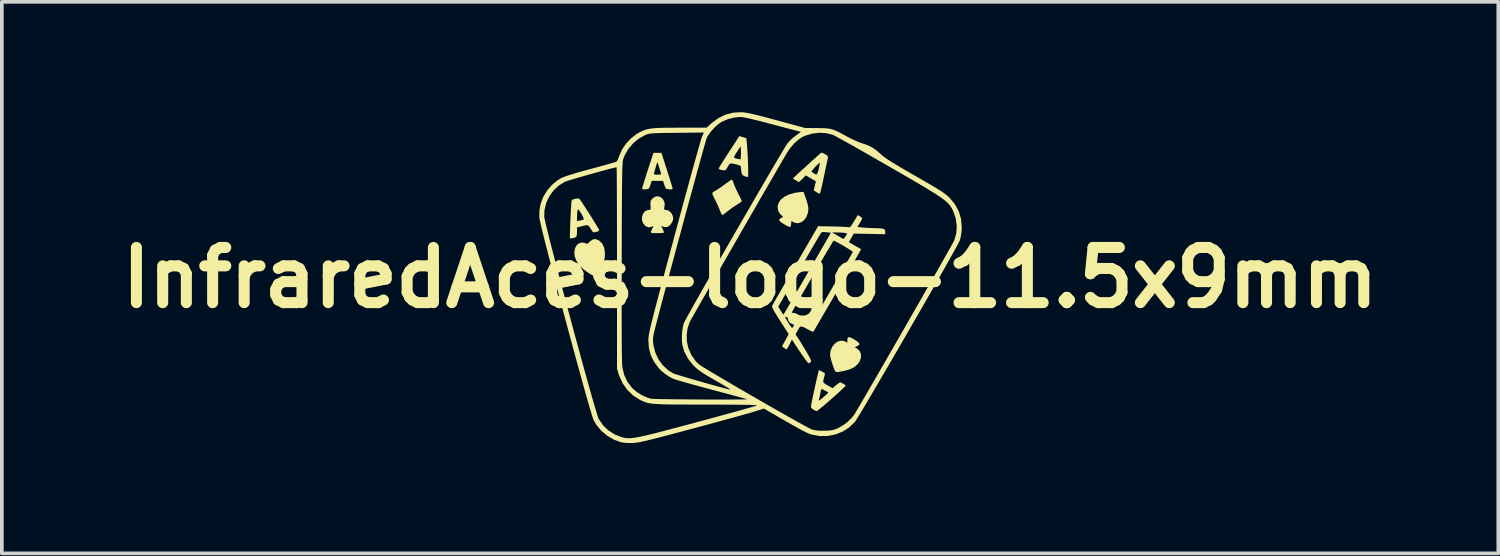
<source format=kicad_pcb>
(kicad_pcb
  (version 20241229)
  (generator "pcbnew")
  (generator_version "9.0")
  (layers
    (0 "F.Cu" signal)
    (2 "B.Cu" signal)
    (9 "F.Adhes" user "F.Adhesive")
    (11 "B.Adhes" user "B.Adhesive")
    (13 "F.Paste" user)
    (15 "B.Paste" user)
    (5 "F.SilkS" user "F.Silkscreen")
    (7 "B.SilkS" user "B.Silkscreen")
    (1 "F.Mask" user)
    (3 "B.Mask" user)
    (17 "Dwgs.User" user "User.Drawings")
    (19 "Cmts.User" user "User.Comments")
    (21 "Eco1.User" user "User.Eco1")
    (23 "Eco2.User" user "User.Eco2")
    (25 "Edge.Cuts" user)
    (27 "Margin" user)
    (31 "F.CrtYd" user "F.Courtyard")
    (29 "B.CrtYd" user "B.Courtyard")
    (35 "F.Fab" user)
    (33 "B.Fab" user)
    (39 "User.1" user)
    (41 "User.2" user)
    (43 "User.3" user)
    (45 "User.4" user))
  (footprint "InfraredAces-logo-11.5x9mm"
    (layer "F.Cu")
    (at 17.336 4.497)
    (property "Reference" "InfraredAces-logo-11.5x9mm" (at 0 0 0) (layer "F.SilkS") (effects (font (size 1.5 1.5) (thickness 0.3))))
    (attr board_only exclude_from_pos_files exclude_from_bom)
    (fp_poly (pts (xy -4.136 -1.026) (xy -4.103 -1.007) (xy -4.021 -0.932) (xy -3.969 -0.823) (xy -3.946 -0.684) (xy -3.947 -0.588) (xy -3.956 -0.497) (xy -3.973 -0.42) (xy -4.003 -0.34) (xy -4.05 -0.24) (xy -4.057 -0.228) (xy -4.102 -0.144) (xy -4.145 -0.077) (xy -4.178 -0.036) (xy -4.19 -0.027) (xy -4.224 -0.036) (xy -4.283 -0.065) (xy -4.359 -0.108) (xy -4.392 -0.13) (xy -4.521 -0.222) (xy -4.617 -0.311) (xy -4.69 -0.407) (xy -4.729 -0.476) (xy -4.768 -0.586) (xy -4.777 -0.697) (xy -4.758 -0.799) (xy -4.714 -0.883) (xy -4.654 -0.932) (xy -4.592 -0.951) (xy -4.523 -0.952) (xy -4.467 -0.937) (xy -4.446 -0.919) (xy -4.426 -0.922) (xy -4.386 -0.951) (xy -4.359 -0.977) (xy -4.285 -1.034) (xy -4.215 -1.05)) (stroke (width 0) (type solid)) (fill yes) (layer "F.SilkS"))
    (fp_poly (pts (xy 2.717 1.621) (xy 2.789 1.655) (xy 2.845 1.687) (xy 2.926 1.742) (xy 2.967 1.786) (xy 2.967 1.821) (xy 2.928 1.852) (xy 2.912 1.859) (xy 2.843 1.888) (xy 2.907 1.927) (xy 2.978 1.993) (xy 3.013 2.079) (xy 3.013 2.176) (xy 2.977 2.275) (xy 2.93 2.342) (xy 2.863 2.407) (xy 2.785 2.458) (xy 2.687 2.498) (xy 2.561 2.532) (xy 2.403 2.562) (xy 2.348 2.565) (xy 2.316 2.543) (xy 2.299 2.514) (xy 2.274 2.456) (xy 2.246 2.375) (xy 2.217 2.284) (xy 2.193 2.196) (xy 2.177 2.125) (xy 2.173 2.092) (xy 2.189 1.979) (xy 2.233 1.879) (xy 2.298 1.797) (xy 2.377 1.739) (xy 2.463 1.712) (xy 2.55 1.721) (xy 2.573 1.731) (xy 2.643 1.766) (xy 2.643 1.689) (xy 2.65 1.638) (xy 2.673 1.616)) (stroke (width 0) (type solid)) (fill yes) (layer "F.SilkS"))
    (fp_poly (pts (xy 1.495 -2.215) (xy 1.54 -2.085) (xy 1.568 -1.986) (xy 1.582 -1.907) (xy 1.582 -1.836) (xy 1.571 -1.765) (xy 1.57 -1.757) (xy 1.529 -1.648) (xy 1.466 -1.563) (xy 1.387 -1.505) (xy 1.3 -1.48) (xy 1.212 -1.493) (xy 1.184 -1.507) (xy 1.122 -1.542) (xy 1.116 -1.461) (xy 1.106 -1.407) (xy 1.09 -1.378) (xy 1.086 -1.376) (xy 1.057 -1.384) (xy 1.001 -1.41) (xy 0.931 -1.449) (xy 0.925 -1.453) (xy 0.842 -1.505) (xy 0.798 -1.545) (xy 0.79 -1.577) (xy 0.816 -1.605) (xy 0.834 -1.615) (xy 0.881 -1.641) (xy 0.89 -1.661) (xy 0.862 -1.689) (xy 0.845 -1.702) (xy 0.798 -1.755) (xy 0.762 -1.823) (xy 0.76 -1.829) (xy 0.747 -1.935) (xy 0.774 -2.034) (xy 0.838 -2.125) (xy 0.936 -2.203) (xy 1.064 -2.264) (xy 1.218 -2.307) (xy 1.324 -2.323) (xy 1.451 -2.335)) (stroke (width 0) (type solid)) (fill yes) (layer "F.SilkS"))
    (fp_poly (pts (xy -0.479 -2.646) (xy -0.458 -2.597) (xy -0.449 -2.57) (xy -0.426 -2.507) (xy -0.388 -2.42) (xy -0.342 -2.323) (xy -0.323 -2.283) (xy -0.28 -2.2) (xy -0.247 -2.132) (xy -0.227 -2.089) (xy -0.224 -2.079) (xy -0.242 -2.063) (xy -0.288 -2.029) (xy -0.354 -1.987) (xy -0.362 -1.982) (xy -0.455 -1.921) (xy -0.554 -1.85) (xy -0.619 -1.8) (xy -0.681 -1.751) (xy -0.73 -1.716) (xy -0.756 -1.702) (xy -0.756 -1.702) (xy -0.772 -1.722) (xy -0.797 -1.772) (xy -0.826 -1.842) (xy -0.867 -1.94) (xy -0.917 -2.05) (xy -0.955 -2.123) (xy -0.992 -2.197) (xy -1.019 -2.257) (xy -1.03 -2.292) (xy -1.03 -2.292) (xy -1.012 -2.32) (xy -0.967 -2.351) (xy -0.958 -2.356) (xy -0.908 -2.384) (xy -0.835 -2.432) (xy -0.75 -2.492) (xy -0.7 -2.528) (xy -0.621 -2.585) (xy -0.555 -2.631) (xy -0.51 -2.659) (xy -0.496 -2.665)) (stroke (width 0) (type solid)) (fill yes) (layer "F.SilkS"))
    (fp_poly (pts (xy -2.258 -2.923) (xy -2.214 -2.784) (xy -2.175 -2.659) (xy -2.142 -2.554) (xy -2.119 -2.476) (xy -2.107 -2.431) (xy -2.106 -2.423) (xy -2.122 -2.404) (xy -2.175 -2.4) (xy -2.199 -2.401) (xy -2.254 -2.408) (xy -2.287 -2.424) (xy -2.309 -2.463) (xy -2.33 -2.52) (xy -2.367 -2.632) (xy -2.52 -2.632) (xy -2.673 -2.632) (xy -2.71 -2.52) (xy -2.734 -2.454) (xy -2.757 -2.42) (xy -2.793 -2.406) (xy -2.841 -2.401) (xy -2.906 -2.401) (xy -2.932 -2.416) (xy -2.934 -2.423) (xy -2.927 -2.452) (xy -2.908 -2.518) (xy -2.879 -2.612) (xy -2.842 -2.729) (xy -2.815 -2.815) (xy -2.613 -2.815) (xy -2.589 -2.803) (xy -2.532 -2.8) (xy -2.521 -2.8) (xy -2.461 -2.802) (xy -2.424 -2.809) (xy -2.419 -2.813) (xy -2.425 -2.842) (xy -2.441 -2.898) (xy -2.462 -2.967) (xy -2.484 -3.038) (xy -2.504 -3.097) (xy -2.518 -3.132) (xy -2.52 -3.136) (xy -2.53 -3.116) (xy -2.547 -3.065) (xy -2.564 -3.007) (xy -2.586 -2.93) (xy -2.604 -2.867) (xy -2.612 -2.839) (xy -2.613 -2.815) (xy -2.815 -2.815) (xy -2.8 -2.863) (xy -2.78 -2.923) (xy -2.627 -3.393) (xy -2.519 -3.393) (xy -2.41 -3.393)) (stroke (width 0) (type solid)) (fill yes) (layer "F.SilkS"))
    (fp_poly (pts (xy -2.437 -2.192) (xy -2.377 -2.144) (xy -2.336 -2.076) (xy -2.319 -1.991) (xy -2.334 -1.897) (xy -2.335 -1.893) (xy -2.339 -1.859) (xy -2.311 -1.846) (xy -2.295 -1.845) (xy -2.207 -1.819) (xy -2.139 -1.756) (xy -2.104 -1.682) (xy -2.089 -1.617) (xy -2.096 -1.563) (xy -2.119 -1.509) (xy -2.178 -1.423) (xy -2.248 -1.378) (xy -2.327 -1.374) (xy -2.35 -1.381) (xy -2.418 -1.407) (xy -2.375 -1.322) (xy -2.351 -1.267) (xy -2.343 -1.23) (xy -2.345 -1.223) (xy -2.373 -1.217) (xy -2.433 -1.212) (xy -2.513 -1.21) (xy -2.52 -1.21) (xy -2.601 -1.211) (xy -2.663 -1.216) (xy -2.694 -1.223) (xy -2.694 -1.223) (xy -2.694 -1.25) (xy -2.675 -1.3) (xy -2.663 -1.326) (xy -2.636 -1.38) (xy -2.63 -1.402) (xy -2.644 -1.4) (xy -2.663 -1.39) (xy -2.741 -1.368) (xy -2.817 -1.389) (xy -2.852 -1.412) (xy -2.91 -1.481) (xy -2.938 -1.563) (xy -2.938 -1.65) (xy -2.913 -1.731) (xy -2.865 -1.796) (xy -2.797 -1.835) (xy -2.747 -1.842) (xy -2.718 -1.845) (xy -2.704 -1.862) (xy -2.702 -1.904) (xy -2.706 -1.964) (xy -2.709 -2.038) (xy -2.701 -2.087) (xy -2.675 -2.127) (xy -2.653 -2.152) (xy -2.582 -2.201) (xy -2.507 -2.213)) (stroke (width 0) (type solid)) (fill yes) (layer "F.SilkS"))
    (fp_poly (pts (xy -0.197 -3.82) (xy -0.101 -3.792) (xy -0.086 -3.634) (xy -0.077 -3.518) (xy -0.069 -3.388) (xy -0.062 -3.253) (xy -0.057 -3.12) (xy -0.053 -2.996) (xy -0.051 -2.888) (xy -0.051 -2.803) (xy -0.054 -2.75) (xy -0.059 -2.735) (xy -0.092 -2.742) (xy -0.146 -2.756) (xy -0.148 -2.757) (xy -0.2 -2.785) (xy -0.231 -2.839) (xy -0.245 -2.925) (xy -0.246 -2.981) (xy -0.253 -3.025) (xy -0.28 -3.05) (xy -0.332 -3.067) (xy -0.429 -3.093) (xy -0.494 -3.105) (xy -0.535 -3.103) (xy -0.563 -3.084) (xy -0.588 -3.048) (xy -0.601 -3.026) (xy -0.636 -2.969) (xy -0.664 -2.93) (xy -0.673 -2.923) (xy -0.709 -2.917) (xy -0.762 -2.923) (xy -0.814 -2.937) (xy -0.847 -2.954) (xy -0.851 -2.962) (xy -0.846 -2.978) (xy -0.831 -3.009) (xy -0.802 -3.058) (xy -0.758 -3.129) (xy -0.697 -3.226) (xy -0.669 -3.269) (xy -0.434 -3.269) (xy -0.418 -3.251) (xy -0.378 -3.239) (xy -0.354 -3.234) (xy -0.258 -3.214) (xy -0.251 -3.298) (xy -0.248 -3.378) (xy -0.25 -3.466) (xy -0.251 -3.477) (xy -0.258 -3.573) (xy -0.344 -3.44) (xy -0.398 -3.356) (xy -0.428 -3.302) (xy -0.434 -3.269) (xy -0.669 -3.269) (xy -0.616 -3.351) (xy -0.514 -3.509) (xy -0.455 -3.598) (xy -0.293 -3.848)) (stroke (width 0) (type solid)) (fill yes) (layer "F.SilkS"))
    (fp_poly (pts (xy 1.994 -3.381) (xy 2.036 -3.358) (xy 2.094 -3.32) (xy 2.117 -3.288) (xy 2.116 -3.261) (xy 2.108 -3.225) (xy 2.093 -3.153) (xy 2.071 -3.052) (xy 2.045 -2.931) (xy 2.017 -2.797) (xy 2.015 -2.789) (xy 1.981 -2.627) (xy 1.954 -2.505) (xy 1.934 -2.415) (xy 1.919 -2.354) (xy 1.908 -2.316) (xy 1.9 -2.295) (xy 1.892 -2.286) (xy 1.886 -2.285) (xy 1.858 -2.295) (xy 1.81 -2.322) (xy 1.8 -2.328) (xy 1.73 -2.371) (xy 1.759 -2.496) (xy 1.788 -2.621) (xy 1.652 -2.7) (xy 1.516 -2.78) (xy 1.422 -2.688) (xy 1.328 -2.596) (xy 1.247 -2.644) (xy 1.196 -2.675) (xy 1.167 -2.696) (xy 1.165 -2.7) (xy 1.18 -2.716) (xy 1.224 -2.756) (xy 1.29 -2.817) (xy 1.355 -2.877) (xy 1.669 -2.877) (xy 1.671 -2.875) (xy 1.708 -2.854) (xy 1.738 -2.833) (xy 1.779 -2.808) (xy 1.808 -2.809) (xy 1.832 -2.842) (xy 1.854 -2.911) (xy 1.866 -2.96) (xy 1.884 -3.038) (xy 1.895 -3.098) (xy 1.898 -3.126) (xy 1.897 -3.127) (xy 1.88 -3.116) (xy 1.839 -3.079) (xy 1.783 -3.025) (xy 1.768 -3.009) (xy 1.714 -2.95) (xy 1.679 -2.903) (xy 1.669 -2.877) (xy 1.355 -2.877) (xy 1.373 -2.893) (xy 1.467 -2.979) (xy 1.567 -3.07) (xy 1.667 -3.161) (xy 1.763 -3.247) (xy 1.847 -3.323) (xy 1.897 -3.366) (xy 1.928 -3.391) (xy 1.955 -3.397)) (stroke (width 0) (type solid)) (fill yes) (layer "F.SilkS"))
    (fp_poly (pts (xy -4.656 -2.15) (xy -4.638 -2.14) (xy -4.609 -2.101) (xy -4.563 -2.034) (xy -4.505 -1.947) (xy -4.439 -1.844) (xy -4.368 -1.734) (xy -4.298 -1.623) (xy -4.233 -1.518) (xy -4.176 -1.426) (xy -4.132 -1.352) (xy -4.105 -1.304) (xy -4.099 -1.29) (xy -4.119 -1.267) (xy -4.167 -1.247) (xy -4.228 -1.234) (xy -4.258 -1.232) (xy -4.278 -1.25) (xy -4.312 -1.295) (xy -4.337 -1.335) (xy -4.367 -1.385) (xy -4.394 -1.415) (xy -4.429 -1.427) (xy -4.48 -1.422) (xy -4.559 -1.403) (xy -4.618 -1.388) (xy -4.704 -1.365) (xy -4.704 -1.244) (xy -4.708 -1.174) (xy -4.718 -1.123) (xy -4.727 -1.108) (xy -4.778 -1.085) (xy -4.835 -1.071) (xy -4.881 -1.07) (xy -4.895 -1.077) (xy -4.897 -1.104) (xy -4.897 -1.167) (xy -4.895 -1.259) (xy -4.891 -1.373) (xy -4.887 -1.499) (xy -4.885 -1.54) (xy -4.704 -1.54) (xy -4.622 -1.553) (xy -4.563 -1.566) (xy -4.524 -1.582) (xy -4.521 -1.585) (xy -4.523 -1.611) (xy -4.545 -1.664) (xy -4.583 -1.733) (xy -4.589 -1.743) (xy -4.634 -1.813) (xy -4.661 -1.85) (xy -4.677 -1.856) (xy -4.687 -1.839) (xy -4.689 -1.832) (xy -4.697 -1.78) (xy -4.702 -1.705) (xy -4.703 -1.66) (xy -4.704 -1.54) (xy -4.885 -1.54) (xy -4.881 -1.631) (xy -4.874 -1.761) (xy -4.868 -1.879) (xy -4.861 -1.98) (xy -4.855 -2.054) (xy -4.85 -2.094) (xy -4.85 -2.097) (xy -4.822 -2.122) (xy -4.769 -2.141) (xy -4.707 -2.152)) (stroke (width 0) (type solid)) (fill yes) (layer "F.SilkS"))
    (fp_poly (pts (xy 1.89 2.519) (xy 1.934 2.54) (xy 1.984 2.567) (xy 2.023 2.592) (xy 2.038 2.606) (xy 2.033 2.627) (xy 2.019 2.679) (xy 2.007 2.726) (xy 1.991 2.787) (xy 1.988 2.828) (xy 2.003 2.859) (xy 2.043 2.89) (xy 2.114 2.931) (xy 2.134 2.943) (xy 2.241 3.004) (xy 2.334 2.924) (xy 2.389 2.88) (xy 2.432 2.851) (xy 2.448 2.845) (xy 2.48 2.855) (xy 2.526 2.879) (xy 2.571 2.908) (xy 2.597 2.93) (xy 2.598 2.934) (xy 2.582 2.954) (xy 2.538 2.998) (xy 2.47 3.061) (xy 2.387 3.138) (xy 2.292 3.223) (xy 2.192 3.311) (xy 2.093 3.397) (xy 2 3.477) (xy 1.919 3.544) (xy 1.857 3.595) (xy 1.819 3.623) (xy 1.81 3.627) (xy 1.772 3.614) (xy 1.72 3.586) (xy 1.713 3.582) (xy 1.664 3.539) (xy 1.653 3.492) (xy 1.654 3.489) (xy 1.663 3.44) (xy 1.679 3.361) (xy 1.684 3.334) (xy 1.864 3.334) (xy 1.873 3.338) (xy 1.908 3.316) (xy 1.963 3.273) (xy 1.989 3.251) (xy 2.053 3.195) (xy 2.101 3.151) (xy 2.126 3.126) (xy 2.128 3.123) (xy 2.11 3.109) (xy 2.067 3.084) (xy 2.015 3.057) (xy 1.968 3.034) (xy 1.942 3.024) (xy 1.941 3.024) (xy 1.933 3.044) (xy 1.919 3.096) (xy 1.905 3.16) (xy 1.889 3.239) (xy 1.873 3.304) (xy 1.864 3.334) (xy 1.684 3.334) (xy 1.7 3.258) (xy 1.725 3.139) (xy 1.753 3.013) (xy 1.781 2.886) (xy 1.808 2.766) (xy 1.832 2.662) (xy 1.851 2.58) (xy 1.864 2.528) (xy 1.869 2.514)) (stroke (width 0) (type solid)) (fill yes) (layer "F.SilkS"))
    (fp_poly (pts (xy 2.945 -1.694) (xy 2.983 -1.671) (xy 3.022 -1.641) (xy 3.045 -1.615) (xy 3.046 -1.61) (xy 3.035 -1.581) (xy 3.007 -1.529) (xy 2.98 -1.484) (xy 2.914 -1.378) (xy 3.064 -1.363) (xy 3.166 -1.356) (xy 3.285 -1.35) (xy 3.393 -1.346) (xy 3.51 -1.343) (xy 3.59 -1.336) (xy 3.638 -1.322) (xy 3.664 -1.3) (xy 3.673 -1.266) (xy 3.673 -1.249) (xy 3.673 -1.181) (xy 3.245 -1.19) (xy 2.817 -1.198) (xy 2.751 -1.082) (xy 2.685 -0.966) (xy 2.852 -0.869) (xy 3.019 -0.773) (xy 2.375 0.342) (xy 2.257 0.547) (xy 2.145 0.739) (xy 2.042 0.917) (xy 1.95 1.076) (xy 1.87 1.213) (xy 1.805 1.324) (xy 1.756 1.407) (xy 1.727 1.456) (xy 1.718 1.47) (xy 1.694 1.466) (xy 1.641 1.443) (xy 1.57 1.406) (xy 1.543 1.39) (xy 1.468 1.35) (xy 1.407 1.323) (xy 1.371 1.313) (xy 1.366 1.315) (xy 1.347 1.343) (xy 1.315 1.397) (xy 1.293 1.436) (xy 1.234 1.538) (xy 1.294 1.626) (xy 1.327 1.678) (xy 1.377 1.758) (xy 1.437 1.857) (xy 1.502 1.964) (xy 1.517 1.991) (xy 1.581 2.099) (xy 1.624 2.177) (xy 1.65 2.228) (xy 1.659 2.261) (xy 1.656 2.282) (xy 1.643 2.297) (xy 1.641 2.298) (xy 1.604 2.322) (xy 1.589 2.329) (xy 1.571 2.312) (xy 1.534 2.266) (xy 1.485 2.2) (xy 1.453 2.156) (xy 1.384 2.056) (xy 1.31 1.947) (xy 1.246 1.85) (xy 1.234 1.832) (xy 1.138 1.681) (xy 1.071 1.815) (xy 1.035 1.883) (xy 1.006 1.93) (xy 0.989 1.948) (xy 0.963 1.935) (xy 0.921 1.907) (xy 0.868 1.866) (xy 0.959 1.7) (xy 1.049 1.534) (xy 0.814 1.167) (xy 0.745 1.058) (xy 0.95 1.058) (xy 0.956 1.08) (xy 0.982 1.128) (xy 1.018 1.19) (xy 1.059 1.256) (xy 1.099 1.314) (xy 1.129 1.355) (xy 1.142 1.366) (xy 1.162 1.348) (xy 1.188 1.305) (xy 1.188 1.305) (xy 1.212 1.257) (xy 1.226 1.229) (xy 1.212 1.213) (xy 1.17 1.182) (xy 1.112 1.144) (xy 1.05 1.106) (xy 0.995 1.076) (xy 0.958 1.059) (xy 0.95 1.058) (xy 0.745 1.058) (xy 0.732 1.038) (xy 0.672 0.941) (xy 0.632 0.871) (xy 0.608 0.821) (xy 0.598 0.788) (xy 0.765 0.788) (xy 0.833 0.899) (xy 0.87 0.957) (xy 0.898 0.995) (xy 0.909 1.003) (xy 0.921 0.983) (xy 0.944 0.942) (xy 1.136 0.942) (xy 1.153 0.96) (xy 1.199 0.994) (xy 1.268 1.039) (xy 1.35 1.09) (xy 1.436 1.142) (xy 1.517 1.19) (xy 1.586 1.227) (xy 1.634 1.249) (xy 1.647 1.253) (xy 1.663 1.235) (xy 1.698 1.181) (xy 1.751 1.095) (xy 1.82 0.982) (xy 1.902 0.845) (xy 1.995 0.687) (xy 2.097 0.512) (xy 2.205 0.324) (xy 2.228 0.286) (xy 2.337 0.095) (xy 2.44 -0.083) (xy 2.533 -0.247) (xy 2.616 -0.39) (xy 2.685 -0.511) (xy 2.739 -0.605) (xy 2.775 -0.668) (xy 2.792 -0.697) (xy 2.792 -0.698) (xy 2.777 -0.714) (xy 2.732 -0.747) (xy 2.663 -0.79) (xy 2.582 -0.84) (xy 2.495 -0.891) (xy 2.412 -0.938) (xy 2.34 -0.976) (xy 2.29 -1) (xy 2.269 -1.006) (xy 2.255 -0.986) (xy 2.222 -0.932) (xy 2.171 -0.847) (xy 2.106 -0.738) (xy 2.029 -0.608) (xy 1.943 -0.461) (xy 1.85 -0.303) (xy 1.754 -0.137) (xy 1.655 0.032) (xy 1.559 0.199) (xy 1.466 0.359) (xy 1.379 0.509) (xy 1.302 0.644) (xy 1.237 0.759) (xy 1.185 0.85) (xy 1.151 0.912) (xy 1.137 0.941) (xy 1.136 0.942) (xy 0.944 0.942) (xy 0.953 0.927) (xy 1.004 0.84) (xy 1.072 0.724) (xy 1.153 0.583) (xy 1.248 0.421) (xy 1.352 0.241) (xy 1.465 0.046) (xy 1.556 -0.113) (xy 2.197 -1.221) (xy 2.117 -1.231) (xy 2.229 -1.231) (xy 2.374 -1.144) (xy 2.446 -1.102) (xy 2.502 -1.07) (xy 2.533 -1.055) (xy 2.534 -1.055) (xy 2.555 -1.07) (xy 2.586 -1.112) (xy 2.595 -1.126) (xy 2.642 -1.198) (xy 2.592 -1.213) (xy 2.545 -1.221) (xy 2.469 -1.226) (xy 2.385 -1.229) (xy 2.229 -1.231) (xy 2.117 -1.231) (xy 2.078 -1.236) (xy 1.99 -1.242) (xy 1.941 -1.23) (xy 1.935 -1.225) (xy 1.919 -1.201) (xy 1.883 -1.142) (xy 1.829 -1.051) (xy 1.759 -0.933) (xy 1.676 -0.791) (xy 1.582 -0.629) (xy 1.479 -0.451) (xy 1.369 -0.261) (xy 1.337 -0.205) (xy 0.765 0.788) (xy 0.598 0.788) (xy 0.598 0.787) (xy 0.599 0.763) (xy 0.604 0.752) (xy 0.62 0.725) (xy 0.656 0.662) (xy 0.71 0.568) (xy 0.78 0.446) (xy 0.864 0.3) (xy 0.96 0.135) (xy 1.065 -0.047) (xy 1.178 -0.242) (xy 1.239 -0.347) (xy 1.849 -1.4) (xy 2.207 -1.393) (xy 2.336 -1.39) (xy 2.455 -1.386) (xy 2.554 -1.382) (xy 2.624 -1.377) (xy 2.645 -1.375) (xy 2.685 -1.371) (xy 2.715 -1.377) (xy 2.742 -1.401) (xy 2.775 -1.449) (xy 2.822 -1.527) (xy 2.867 -1.603) (xy 2.902 -1.662) (xy 2.922 -1.695) (xy 2.924 -1.698)) (stroke (width 0) (type solid)) (fill yes) (layer "F.SilkS"))
    (fp_poly (pts (xy -0.213 -4.496) (xy -0.145 -4.489) (xy -0.056 -4.474) (xy 0.057 -4.45) (xy 0.197 -4.417) (xy 0.371 -4.373) (xy 0.58 -4.317) (xy 0.728 -4.277) (xy 1.49 -4.069) (xy 1.825 -4.066) (xy 1.962 -4.064) (xy 2.07 -4.059) (xy 2.16 -4.048) (xy 2.241 -4.028) (xy 2.325 -3.997) (xy 2.422 -3.951) (xy 2.542 -3.887) (xy 2.621 -3.843) (xy 2.736 -3.783) (xy 2.856 -3.727) (xy 2.966 -3.68) (xy 3.046 -3.652) (xy 3.192 -3.602) (xy 3.316 -3.541) (xy 3.435 -3.459) (xy 3.561 -3.35) (xy 3.609 -3.308) (xy 3.67 -3.262) (xy 3.747 -3.209) (xy 3.845 -3.146) (xy 3.967 -3.071) (xy 4.116 -2.982) (xy 4.298 -2.877) (xy 4.49 -2.766) (xy 4.692 -2.65) (xy 4.86 -2.553) (xy 4.997 -2.472) (xy 5.107 -2.405) (xy 5.195 -2.349) (xy 5.266 -2.301) (xy 5.323 -2.258) (xy 5.371 -2.218) (xy 5.413 -2.179) (xy 5.419 -2.173) (xy 5.565 -1.999) (xy 5.67 -1.808) (xy 5.732 -1.601) (xy 5.753 -1.381) (xy 5.751 -1.311) (xy 5.74 -1.206) (xy 5.722 -1.1) (xy 5.701 -1.016) (xy 5.7 -1.013) (xy 5.682 -0.976) (xy 5.644 -0.903) (xy 5.587 -0.798) (xy 5.512 -0.662) (xy 5.421 -0.5) (xy 5.316 -0.314) (xy 5.198 -0.106) (xy 5.07 0.119) (xy 4.932 0.359) (xy 4.787 0.612) (xy 4.637 0.874) (xy 4.482 1.142) (xy 4.325 1.414) (xy 4.168 1.686) (xy 4.012 1.956) (xy 3.858 2.22) (xy 3.709 2.476) (xy 3.566 2.72) (xy 3.431 2.95) (xy 3.306 3.163) (xy 3.192 3.356) (xy 3.091 3.526) (xy 3.005 3.67) (xy 2.935 3.785) (xy 2.883 3.868) (xy 2.851 3.917) (xy 2.844 3.925) (xy 2.689 4.073) (xy 2.509 4.186) (xy 2.312 4.263) (xy 2.104 4.303) (xy 1.891 4.304) (xy 1.68 4.265) (xy 1.577 4.229) (xy 1.522 4.204) (xy 1.435 4.159) (xy 1.323 4.099) (xy 1.193 4.027) (xy 1.05 3.946) (xy 0.91 3.866) (xy 0.374 3.556) (xy 0.159 3.626) (xy 0.101 3.644) (xy 0.003 3.673) (xy -0.13 3.71) (xy -0.293 3.756) (xy -0.482 3.808) (xy -0.694 3.866) (xy -0.923 3.929) (xy -1.166 3.995) (xy -1.418 4.063) (xy -1.523 4.091) (xy -1.817 4.17) (xy -2.071 4.237) (xy -2.289 4.295) (xy -2.474 4.343) (xy -2.63 4.383) (xy -2.759 4.415) (xy -2.866 4.44) (xy -2.954 4.46) (xy -3.026 4.474) (xy -3.085 4.483) (xy -3.136 4.489) (xy -3.181 4.492) (xy -3.192 4.493) (xy -3.317 4.493) (xy -3.432 4.485) (xy -3.509 4.472) (xy -3.701 4.402) (xy -3.882 4.296) (xy -4.043 4.161) (xy -4.175 4.004) (xy -4.251 3.875) (xy -4.269 3.829) (xy -4.297 3.743) (xy -4.334 3.62) (xy -4.379 3.465) (xy -4.433 3.279) (xy -4.493 3.066) (xy -4.559 2.831) (xy -4.629 2.575) (xy -4.704 2.303) (xy -4.782 2.017) (xy -4.862 1.721) (xy -4.944 1.419) (xy -5.026 1.114) (xy -5.108 0.808) (xy -5.188 0.506) (xy -5.266 0.211) (xy -5.341 -0.074) (xy -5.412 -0.346) (xy -5.478 -0.601) (xy -5.538 -0.836) (xy -5.592 -1.047) (xy -5.638 -1.232) (xy -5.675 -1.387) (xy -5.703 -1.508) (xy -5.721 -1.593) (xy -5.728 -1.636) (xy -5.728 -1.659) (xy -5.595 -1.659) (xy -5.588 -1.613) (xy -5.569 -1.527) (xy -5.54 -1.404) (xy -5.502 -1.249) (xy -5.456 -1.064) (xy -5.402 -0.852) (xy -5.341 -0.617) (xy -5.275 -0.363) (xy -5.204 -0.092) (xy -5.129 0.192) (xy -5.051 0.486) (xy -4.971 0.787) (xy -4.889 1.091) (xy -4.807 1.395) (xy -4.726 1.695) (xy -4.645 1.989) (xy -4.568 2.273) (xy -4.493 2.544) (xy -4.422 2.798) (xy -4.357 3.032) (xy -4.297 3.243) (xy -4.244 3.428) (xy -4.198 3.583) (xy -4.161 3.705) (xy -4.134 3.79) (xy -4.116 3.836) (xy -4.115 3.838) (xy -4.001 4.006) (xy -3.854 4.148) (xy -3.681 4.259) (xy -3.492 4.334) (xy -3.444 4.346) (xy -3.396 4.356) (xy -3.347 4.362) (xy -3.291 4.363) (xy -3.228 4.36) (xy -3.152 4.351) (xy -3.061 4.337) (xy -2.952 4.315) (xy -2.822 4.286) (xy -2.668 4.248) (xy -2.486 4.203) (xy -2.274 4.147) (xy -2.027 4.082) (xy -1.744 4.007) (xy -1.423 3.92) (xy -1.164 3.851) (xy -0.918 3.784) (xy -0.688 3.721) (xy -0.477 3.663) (xy -0.289 3.611) (xy -0.127 3.565) (xy 0.005 3.528) (xy 0.104 3.499) (xy 0.167 3.48) (xy 0.189 3.471) (xy 0.172 3.466) (xy 0.111 3.462) (xy 0.007 3.458) (xy -0.139 3.455) (xy -0.327 3.453) (xy -0.555 3.451) (xy -0.822 3.45) (xy -1.128 3.449) (xy -1.188 3.449) (xy -1.489 3.449) (xy -1.749 3.448) (xy -1.972 3.447) (xy -2.161 3.446) (xy -2.319 3.443) (xy -2.451 3.438) (xy -2.56 3.432) (xy -2.649 3.425) (xy -2.723 3.415) (xy -2.785 3.402) (xy -2.839 3.387) (xy -2.887 3.369) (xy -2.935 3.348) (xy -2.985 3.323) (xy -2.996 3.318) (xy -3.179 3.201) (xy -3.336 3.049) (xy -3.464 2.87) (xy -3.556 2.667) (xy -3.568 2.633) (xy -3.617 2.475) (xy -3.617 0.468) (xy -3.491 0.468) (xy -3.491 0.858) (xy -3.49 1.206) (xy -3.489 1.512) (xy -3.488 1.774) (xy -3.486 1.994) (xy -3.483 2.17) (xy -3.48 2.302) (xy -3.476 2.39) (xy -3.473 2.427) (xy -3.424 2.637) (xy -3.337 2.825) (xy -3.213 2.989) (xy -3.192 3.012) (xy -3.07 3.113) (xy -2.928 3.2) (xy -2.781 3.265) (xy -2.688 3.29) (xy -2.652 3.293) (xy -2.579 3.296) (xy -2.472 3.299) (xy -2.338 3.301) (xy -2.179 3.303) (xy -2.002 3.306) (xy -1.81 3.307) (xy -1.608 3.309) (xy -1.402 3.31) (xy -1.195 3.311) (xy -0.992 3.312) (xy -0.798 3.312) (xy -0.618 3.312) (xy -0.456 3.311) (xy -0.317 3.31) (xy -0.205 3.309) (xy -0.126 3.307) (xy -0.084 3.305) (xy -0.078 3.303) (xy -0.104 3.295) (xy -0.169 3.278) (xy -0.267 3.251) (xy -0.395 3.216) (xy -0.549 3.175) (xy -0.722 3.129) (xy -0.912 3.078) (xy -1.03 3.046) (xy -1.232 2.992) (xy -1.424 2.94) (xy -1.602 2.891) (xy -1.759 2.847) (xy -1.892 2.809) (xy -1.995 2.778) (xy -2.062 2.757) (xy -2.08 2.751) (xy -2.193 2.694) (xy -2.313 2.613) (xy -2.424 2.52) (xy -2.486 2.455) (xy -2.614 2.28) (xy -2.701 2.101) (xy -2.75 1.909) (xy -2.763 1.725) (xy -2.639 1.725) (xy -2.63 1.81) (xy -2.627 1.832) (xy -2.577 2.032) (xy -2.491 2.218) (xy -2.372 2.381) (xy -2.226 2.515) (xy -2.093 2.597) (xy -2.053 2.613) (xy -1.976 2.638) (xy -1.869 2.671) (xy -1.738 2.71) (xy -1.588 2.754) (xy -1.426 2.801) (xy -1.26 2.849) (xy -1.093 2.896) (xy -0.934 2.94) (xy -0.789 2.98) (xy -0.663 3.013) (xy -0.563 3.038) (xy -0.539 3.044) (xy -0.542 3.034) (xy -0.55 3.026) (xy -0.575 3.01) (xy -0.633 2.974) (xy -0.718 2.924) (xy -0.823 2.862) (xy -0.944 2.793) (xy -0.986 2.769) (xy -1.136 2.681) (xy -1.254 2.61) (xy -1.346 2.549) (xy -1.42 2.495) (xy -1.482 2.442) (xy -1.54 2.385) (xy -1.542 2.383) (xy -1.685 2.205) (xy -1.786 2.013) (xy -1.839 1.839) (xy -1.854 1.709) (xy -1.854 1.559) (xy -1.853 1.555) (xy -1.723 1.555) (xy -1.717 1.741) (xy -1.681 1.904) (xy -1.596 2.099) (xy -1.484 2.262) (xy -1.4 2.347) (xy -1.363 2.373) (xy -1.291 2.42) (xy -1.188 2.484) (xy -1.057 2.563) (xy -0.902 2.655) (xy -0.727 2.758) (xy -0.537 2.87) (xy -0.334 2.989) (xy -0.122 3.112) (xy 0.094 3.237) (xy 0.311 3.362) (xy 0.525 3.485) (xy 0.732 3.603) (xy 0.929 3.715) (xy 1.112 3.818) (xy 1.277 3.91) (xy 1.42 3.989) (xy 1.537 4.053) (xy 1.625 4.099) (xy 1.679 4.125) (xy 1.691 4.13) (xy 1.787 4.151) (xy 1.909 4.16) (xy 2.027 4.16) (xy 2.138 4.155) (xy 2.22 4.146) (xy 2.287 4.13) (xy 2.357 4.103) (xy 2.402 4.083) (xy 2.529 4.01) (xy 2.654 3.915) (xy 2.763 3.809) (xy 2.833 3.718) (xy 2.866 3.665) (xy 2.917 3.578) (xy 2.987 3.46) (xy 3.072 3.313) (xy 3.172 3.142) (xy 3.284 2.948) (xy 3.408 2.735) (xy 3.54 2.506) (xy 3.68 2.264) (xy 3.825 2.011) (xy 3.975 1.751) (xy 4.127 1.487) (xy 4.279 1.221) (xy 4.431 0.957) (xy 4.58 0.697) (xy 4.724 0.444) (xy 4.862 0.202) (xy 4.993 -0.026) (xy 5.114 -0.238) (xy 5.223 -0.431) (xy 5.32 -0.602) (xy 5.402 -0.747) (xy 5.468 -0.864) (xy 5.515 -0.95) (xy 5.543 -1.002) (xy 5.55 -1.015) (xy 5.604 -1.208) (xy 5.617 -1.409) (xy 5.589 -1.612) (xy 5.52 -1.809) (xy 5.508 -1.834) (xy 5.482 -1.883) (xy 5.455 -1.929) (xy 5.424 -1.972) (xy 5.385 -2.016) (xy 5.337 -2.063) (xy 5.277 -2.113) (xy 5.201 -2.169) (xy 5.108 -2.233) (xy 4.995 -2.306) (xy 4.858 -2.39) (xy 4.696 -2.488) (xy 4.505 -2.6) (xy 4.283 -2.73) (xy 4.027 -2.878) (xy 3.763 -3.03) (xy 3.53 -3.164) (xy 3.307 -3.292) (xy 3.095 -3.413) (xy 2.9 -3.524) (xy 2.724 -3.623) (xy 2.57 -3.709) (xy 2.442 -3.78) (xy 2.343 -3.834) (xy 2.278 -3.868) (xy 2.251 -3.881) (xy 2.077 -3.927) (xy 1.886 -3.939) (xy 1.692 -3.917) (xy 1.506 -3.862) (xy 1.425 -3.826) (xy 1.319 -3.756) (xy 1.208 -3.657) (xy 1.103 -3.539) (xy 1.016 -3.415) (xy 1.012 -3.408) (xy 0.951 -3.305) (xy 0.873 -3.171) (xy 0.78 -3.012) (xy 0.674 -2.828) (xy 0.555 -2.624) (xy 0.427 -2.402) (xy 0.29 -2.166) (xy 0.147 -1.917) (xy -0.001 -1.66) (xy -0.153 -1.398) (xy -0.305 -1.132) (xy -0.458 -0.867) (xy -0.608 -0.605) (xy -0.755 -0.35) (xy -0.897 -0.103) (xy -1.031 0.131) (xy -1.156 0.35) (xy -1.271 0.551) (xy -1.374 0.731) (xy -1.462 0.886) (xy -1.535 1.015) (xy -1.591 1.113) (xy -1.627 1.178) (xy -1.642 1.206) (xy -1.698 1.372) (xy -1.723 1.555) (xy -1.853 1.555) (xy -1.839 1.407) (xy -1.812 1.273) (xy -1.799 1.232) (xy -1.781 1.196) (xy -1.743 1.124) (xy -1.686 1.02) (xy -1.611 0.885) (xy -1.521 0.724) (xy -1.416 0.539) (xy -1.299 0.332) (xy -1.171 0.108) (xy -1.035 -0.131) (xy -0.891 -0.383) (xy -0.741 -0.643) (xy -0.588 -0.91) (xy -0.432 -1.18) (xy -0.276 -1.45) (xy -0.121 -1.718) (xy 0.031 -1.98) (xy 0.178 -2.234) (xy 0.319 -2.476) (xy 0.451 -2.704) (xy 0.575 -2.914) (xy 0.686 -3.104) (xy 0.785 -3.271) (xy 0.868 -3.411) (xy 0.935 -3.523) (xy 0.984 -3.602) (xy 1.013 -3.646) (xy 1.016 -3.649) (xy 1.085 -3.727) (xy 1.172 -3.808) (xy 1.25 -3.868) (xy 1.315 -3.913) (xy 1.361 -3.947) (xy 1.38 -3.964) (xy 1.379 -3.965) (xy 1.356 -3.97) (xy 1.294 -3.986) (xy 1.199 -4.011) (xy 1.075 -4.043) (xy 0.928 -4.082) (xy 0.763 -4.126) (xy 0.612 -4.166) (xy 0.37 -4.23) (xy 0.169 -4.281) (xy 0.007 -4.32) (xy -0.119 -4.347) (xy -0.21 -4.363) (xy -0.268 -4.368) (xy -0.437 -4.351) (xy -0.612 -4.306) (xy -0.765 -4.24) (xy -0.869 -4.17) (xy -0.976 -4.072) (xy -1.074 -3.961) (xy -1.151 -3.85) (xy -1.176 -3.803) (xy -1.187 -3.769) (xy -1.209 -3.696) (xy -1.241 -3.586) (xy -1.281 -3.442) (xy -1.33 -3.268) (xy -1.385 -3.068) (xy -1.447 -2.844) (xy -1.514 -2.599) (xy -1.586 -2.338) (xy -1.661 -2.063) (xy -1.739 -1.778) (xy -1.818 -1.486) (xy -1.898 -1.189) (xy -1.979 -0.893) (xy -2.058 -0.599) (xy -2.135 -0.311) (xy -2.21 -0.033) (xy -2.281 0.233) (xy -2.348 0.482) (xy -2.409 0.713) (xy -2.464 0.921) (xy -2.512 1.103) (xy -2.551 1.255) (xy -2.582 1.376) (xy -2.603 1.461) (xy -2.604 1.466) (xy -2.627 1.571) (xy -2.638 1.652) (xy -2.639 1.725) (xy -2.763 1.725) (xy -2.764 1.713) (xy -2.764 1.682) (xy -2.762 1.65) (xy -2.759 1.614) (xy -2.754 1.573) (xy -2.746 1.524) (xy -2.734 1.464) (xy -2.718 1.392) (xy -2.698 1.303) (xy -2.672 1.197) (xy -2.64 1.07) (xy -2.602 0.921) (xy -2.556 0.746) (xy -2.503 0.544) (xy -2.441 0.311) (xy -2.37 0.045) (xy -2.29 -0.255) (xy -2.199 -0.594) (xy -2.097 -0.972) (xy -2.064 -1.098) (xy -1.974 -1.432) (xy -1.886 -1.757) (xy -1.802 -2.068) (xy -1.721 -2.363) (xy -1.646 -2.639) (xy -1.576 -2.893) (xy -1.512 -3.123) (xy -1.456 -3.325) (xy -1.407 -3.497) (xy -1.367 -3.636) (xy -1.337 -3.74) (xy -1.317 -3.805) (xy -1.309 -3.826) (xy -1.256 -3.945) (xy -1.988 -3.937) (xy -2.19 -3.935) (xy -2.352 -3.933) (xy -2.48 -3.93) (xy -2.579 -3.927) (xy -2.654 -3.922) (xy -2.712 -3.916) (xy -2.756 -3.908) (xy -2.793 -3.898) (xy -2.829 -3.886) (xy -2.847 -3.878) (xy -3.02 -3.784) (xy -3.176 -3.655) (xy -3.309 -3.498) (xy -3.41 -3.324) (xy -3.444 -3.238) (xy -3.45 -3.219) (xy -3.455 -3.194) (xy -3.46 -3.162) (xy -3.464 -3.121) (xy -3.467 -3.068) (xy -3.471 -3) (xy -3.473 -2.914) (xy -3.476 -2.81) (xy -3.478 -2.684) (xy -3.48 -2.533) (xy -3.482 -2.355) (xy -3.483 -2.148) (xy -3.485 -1.91) (xy -3.486 -1.637) (xy -3.487 -1.328) (xy -3.488 -0.98) (xy -3.489 -0.59) (xy -3.489 -0.437) (xy -3.49 0.036) (xy -3.491 0.468) (xy -3.617 0.468) (xy -3.617 -0.263) (xy -3.617 -0.609) (xy -3.618 -0.943) (xy -3.618 -1.261) (xy -3.619 -1.561) (xy -3.619 -1.841) (xy -3.62 -2.097) (xy -3.621 -2.326) (xy -3.622 -2.527) (xy -3.623 -2.696) (xy -3.624 -2.83) (xy -3.626 -2.928) (xy -3.627 -2.986) (xy -3.628 -3.001) (xy -3.662 -2.995) (xy -3.733 -2.978) (xy -3.833 -2.953) (xy -3.957 -2.92) (xy -4.098 -2.881) (xy -4.248 -2.839) (xy -4.402 -2.796) (xy -4.554 -2.753) (xy -4.695 -2.712) (xy -4.821 -2.675) (xy -4.924 -2.643) (xy -4.997 -2.619) (xy -5.034 -2.606) (xy -5.201 -2.503) (xy -5.344 -2.368) (xy -5.459 -2.207) (xy -5.542 -2.027) (xy -5.588 -1.836) (xy -5.595 -1.659) (xy -5.728 -1.659) (xy -5.727 -1.818) (xy -5.697 -1.989) (xy -5.634 -2.165) (xy -5.609 -2.217) (xy -5.511 -2.378) (xy -5.381 -2.526) (xy -5.23 -2.65) (xy -5.128 -2.711) (xy -5.064 -2.737) (xy -4.963 -2.773) (xy -4.828 -2.815) (xy -4.665 -2.864) (xy -4.478 -2.916) (xy -4.327 -2.957) (xy -4.161 -3.002) (xy -4.008 -3.044) (xy -3.873 -3.081) (xy -3.763 -3.113) (xy -3.683 -3.136) (xy -3.638 -3.15) (xy -3.631 -3.153) (xy -3.609 -3.183) (xy -3.581 -3.242) (xy -3.56 -3.301) (xy -3.487 -3.472) (xy -3.377 -3.637) (xy -3.24 -3.784) (xy -3.085 -3.904) (xy -3.023 -3.941) (xy -2.955 -3.976) (xy -2.89 -4.004) (xy -2.825 -4.027) (xy -2.752 -4.044) (xy -2.666 -4.057) (xy -2.563 -4.066) (xy -2.436 -4.072) (xy -2.279 -4.075) (xy -2.088 -4.076) (xy -1.908 -4.077) (xy -1.183 -4.077) (xy -1.053 -4.194) (xy -0.868 -4.334) (xy -0.669 -4.431) (xy -0.457 -4.486) (xy -0.234 -4.497)) (stroke (width 0) (type solid)) (fill yes) (layer "F.SilkS")))
  (gr_rect
    (start -3 -3)
    (end 37.671 11.99)
    (stroke (width 0.1) (type default))
    (fill no)
    (layer "Edge.Cuts")))
</source>
